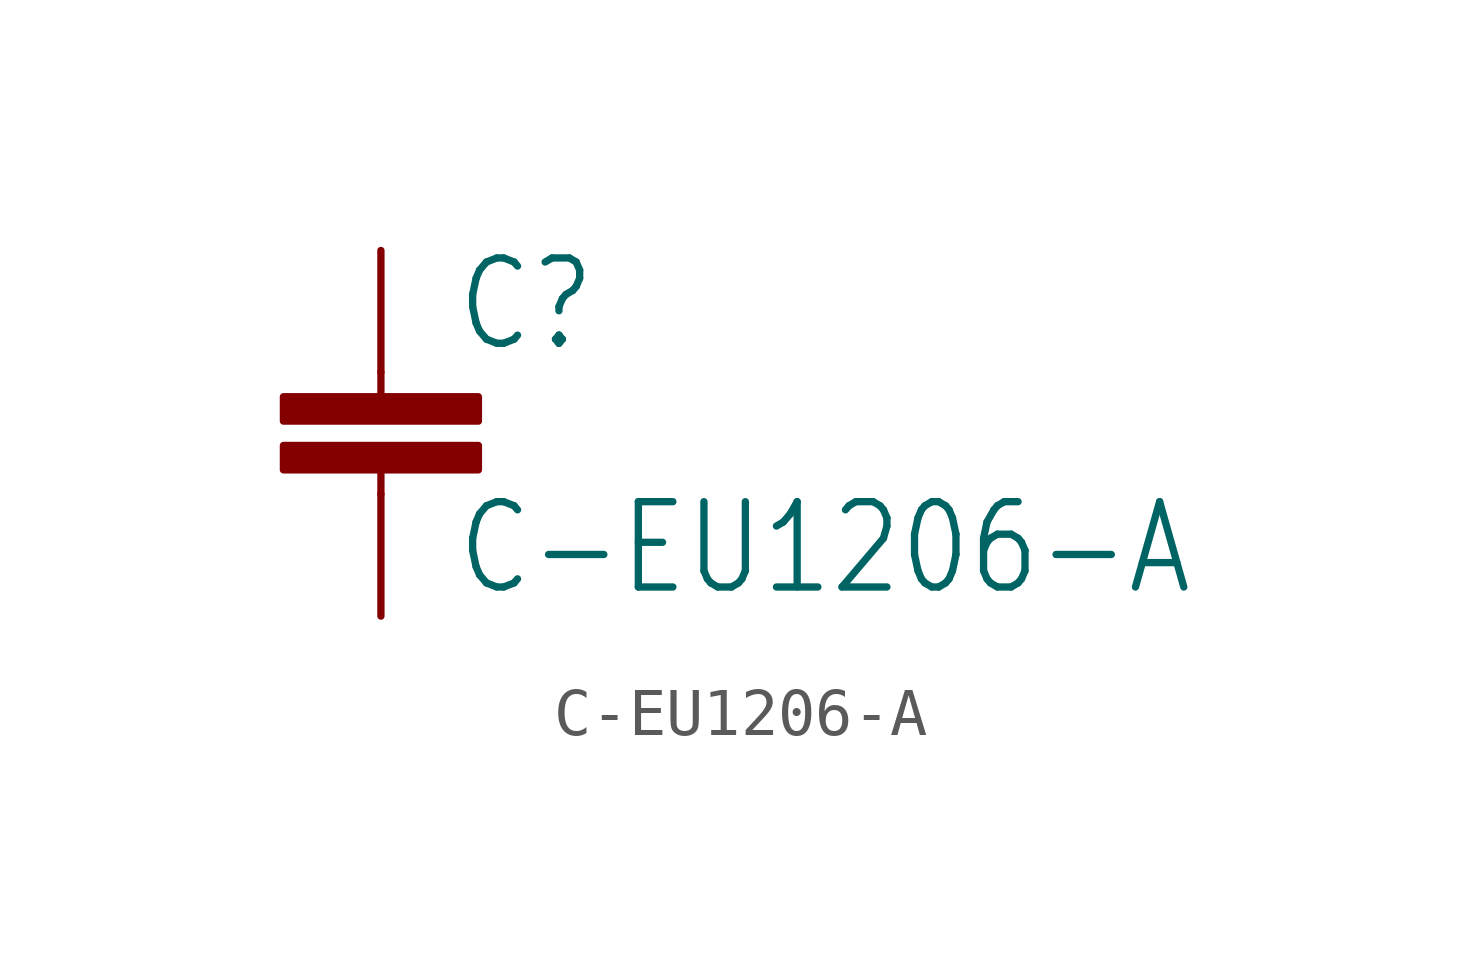
<source format=kicad_sym>
(kicad_symbol_lib
  (version 20210619)
  (generator kicad_symbol_editor)
  (symbol "C-EU1206-A"
    (property "Reference" "C"
      (at 1.524 0.381 0)
      (effects (font (size 1.778 1.511)) (justify left bottom)))
    (property "Value" "C-EU1206-A"
      (at 1.524 -4.699 0)
      (effects (font (size 1.778 1.511)) (justify left bottom)))
    (property "ki_locked" ""
      (at 0 0 0)
      (effects (font (size 1.27 1.27))))
    (symbol "C-EU1206-A_1_0"
      (rectangle (start -2.032 -2.032) (end 2.032 -1.524) (stroke (width 0)) (fill (type outline)))
      (rectangle (start -2.032 -1.016) (end 2.032 -0.508) (stroke (width 0)) (fill (type outline)))
      (polyline (pts (xy 0 -2.54) (xy 0 -2.032)) (stroke (width 0.152)) (fill (type none)))
      (polyline (pts (xy 0 0) (xy 0 -0.508)) (stroke (width 0.152)) (fill (type none)))
      (pin passive line (at 0 2.54 270) (length 2.54) (name "1" (effects (font (size 0 0)))) (number "1" (effects (font (size 0 0)))))
      (pin passive line (at 0 -5.08 90) (length 2.54) (name "2" (effects (font (size 0 0)))) (number "2" (effects (font (size 0 0))))))))
</source>
